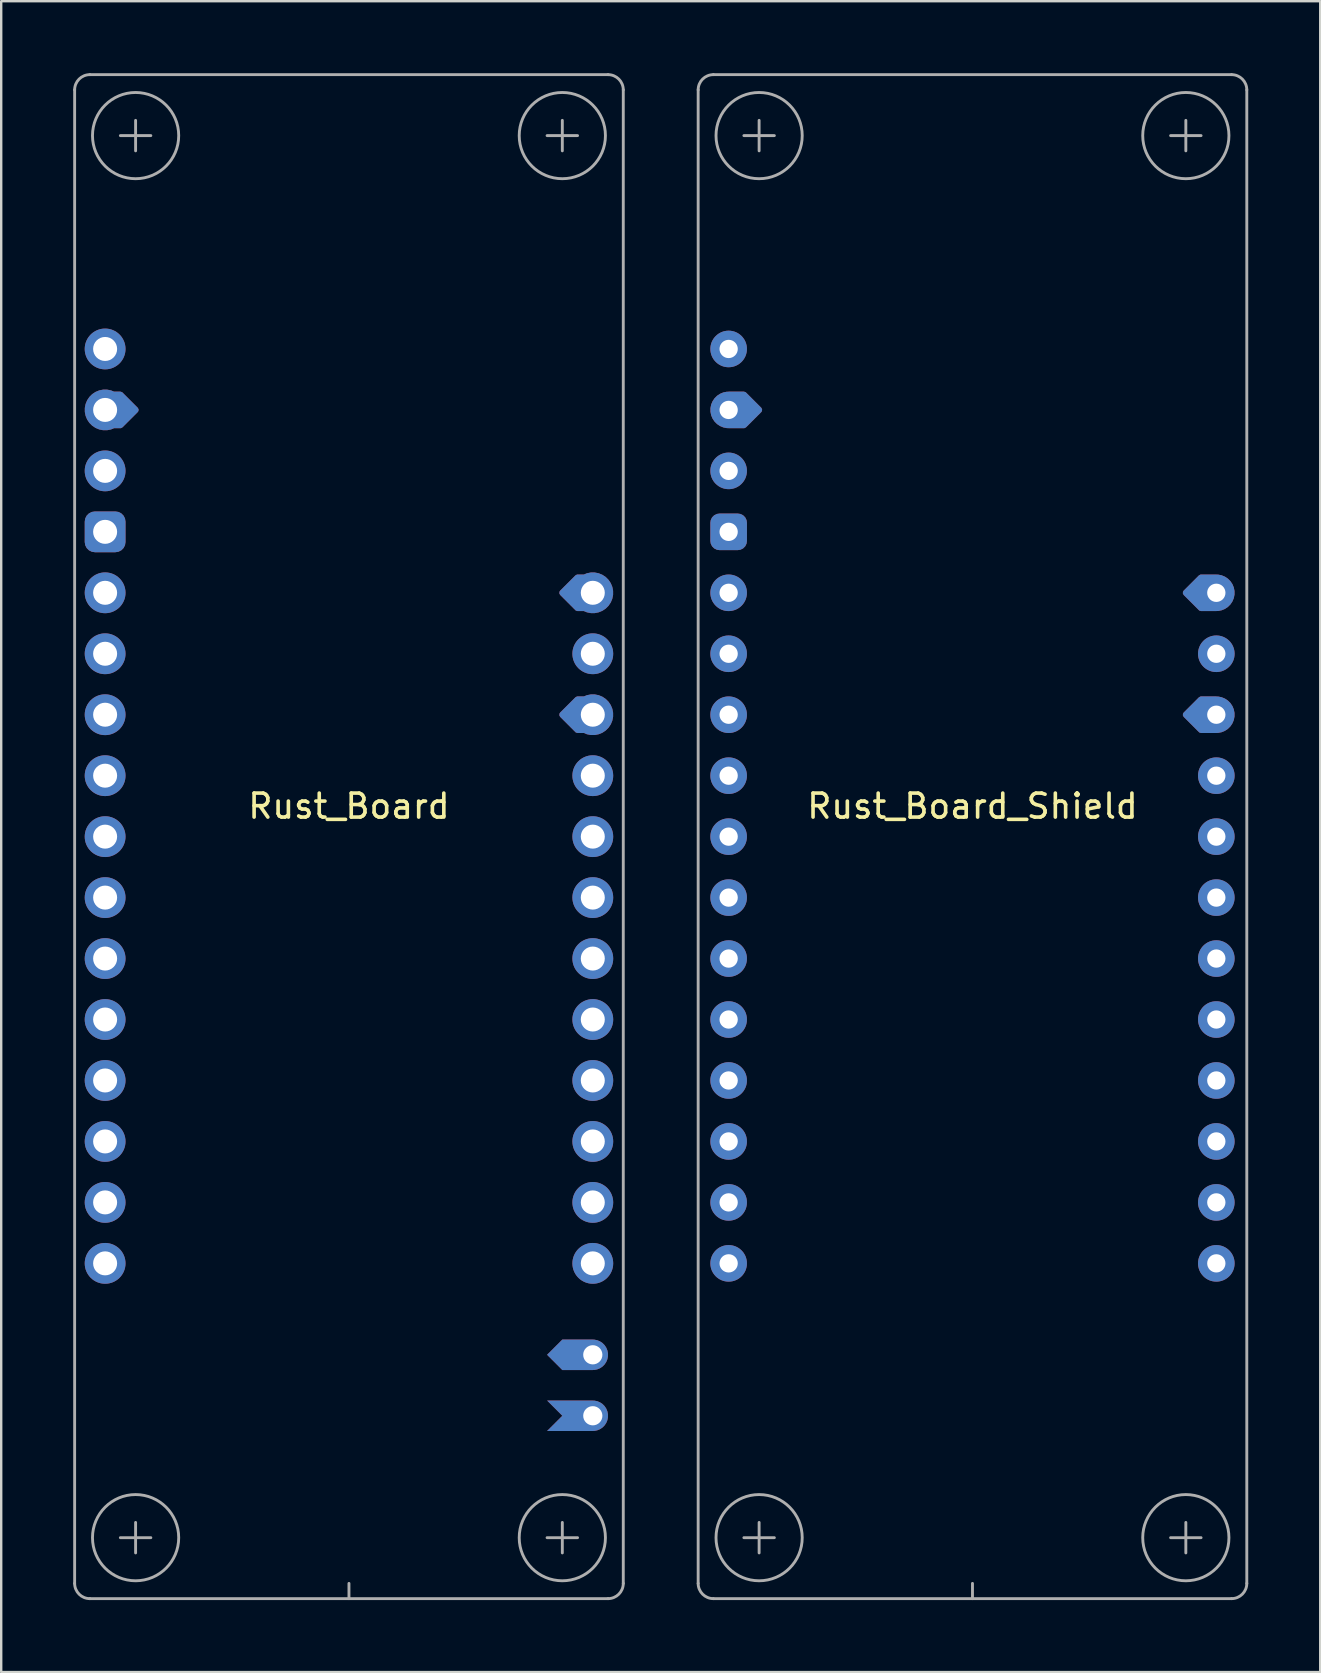
<source format=kicad_pcb>
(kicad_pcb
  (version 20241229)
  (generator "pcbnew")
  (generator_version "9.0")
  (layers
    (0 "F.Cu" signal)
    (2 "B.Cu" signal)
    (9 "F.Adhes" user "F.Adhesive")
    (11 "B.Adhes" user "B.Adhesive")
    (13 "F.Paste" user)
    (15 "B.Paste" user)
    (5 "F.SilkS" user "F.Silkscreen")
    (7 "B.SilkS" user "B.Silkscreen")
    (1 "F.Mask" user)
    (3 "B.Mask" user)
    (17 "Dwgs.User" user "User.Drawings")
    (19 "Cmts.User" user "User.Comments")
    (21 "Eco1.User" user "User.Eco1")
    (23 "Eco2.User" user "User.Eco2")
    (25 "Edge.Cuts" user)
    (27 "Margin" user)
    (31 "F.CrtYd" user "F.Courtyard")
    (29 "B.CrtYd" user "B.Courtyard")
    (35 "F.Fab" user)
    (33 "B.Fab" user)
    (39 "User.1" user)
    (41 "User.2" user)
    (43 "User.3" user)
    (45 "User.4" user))
  (footprint "Rust_Board_Shield"
    (layer "F.Cu")
    (at 37.47 31.175)
    (property "Reference" "Rust_Board_Shield" (at 0 -0.635 0) (layer "F.SilkS") (effects (font (size 1 1) (thickness 0.15))))
    (attr through_hole)
    (fp_line (start -11.43 -30.48) (end -11.43 31.75) (stroke (width 0.12) (type solid)) (layer "F.Fab"))
    (fp_line (start -10.795 32.385) (end 10.795 32.385) (stroke (width 0.12) (type solid)) (layer "F.Fab"))
    (fp_line (start -9.525 -28.575) (end -8.255 -28.575) (stroke (width 0.12) (type solid)) (layer "F.Fab"))
    (fp_line (start -9.525 29.845) (end -8.255 29.845) (stroke (width 0.12) (type solid)) (layer "F.Fab"))
    (fp_line (start -8.89 -29.21) (end -8.89 -27.94) (stroke (width 0.12) (type solid)) (layer "F.Fab"))
    (fp_line (start -8.89 29.21) (end -8.89 30.48) (stroke (width 0.12) (type solid)) (layer "F.Fab"))
    (fp_line (start 0 32.385) (end 0 31.75) (stroke (width 0.12) (type solid)) (layer "F.Fab"))
    (fp_line (start 8.255 -28.575) (end 9.525 -28.575) (stroke (width 0.12) (type solid)) (layer "F.Fab"))
    (fp_line (start 8.255 29.845) (end 9.525 29.845) (stroke (width 0.12) (type solid)) (layer "F.Fab"))
    (fp_line (start 8.89 -29.21) (end 8.89 -27.94) (stroke (width 0.12) (type solid)) (layer "F.Fab"))
    (fp_line (start 8.89 29.21) (end 8.89 30.48) (stroke (width 0.12) (type solid)) (layer "F.Fab"))
    (fp_line (start 10.795 -31.115) (end -10.795 -31.115) (stroke (width 0.12) (type solid)) (layer "F.Fab"))
    (fp_line (start 11.43 31.75) (end 11.43 -30.48) (stroke (width 0.12) (type solid)) (layer "F.Fab"))
    (fp_arc (start -11.43 -30.48) (mid -11.244013 -30.929013) (end -10.795 -31.115) (stroke (width 0.12) (type solid)) (layer "F.Fab"))
    (fp_arc (start -10.795 32.385) (mid -11.244013 32.199013) (end -11.43 31.75) (stroke (width 0.12) (type solid)) (layer "F.Fab"))
    (fp_arc (start 10.795 -31.115) (mid 11.244013 -30.929013) (end 11.43 -30.48) (stroke (width 0.12) (type solid)) (layer "F.Fab"))
    (fp_arc (start 11.43 31.75) (mid 11.244013 32.199013) (end 10.795 32.385) (stroke (width 0.12) (type solid)) (layer "F.Fab"))
    (fp_circle (center -8.89 -28.575) (end -7.62 -29.845) (stroke (width 0.12) (type solid)) (fill no) (layer "F.Fab"))
    (fp_circle (center -8.89 29.845) (end -7.62 31.115) (stroke (width 0.12) (type solid)) (fill no) (layer "F.Fab"))
    (fp_circle (center 8.89 -28.575) (end 10.16 -29.845) (stroke (width 0.12) (type solid)) (fill no) (layer "F.Fab"))
    (fp_circle (center 8.89 29.845) (end 7.62 31.115) (stroke (width 0.12) (type solid)) (fill no) (layer "F.Fab"))
    (pad "1" thru_hole circle (at -10.16 -19.685) (size 1.524 1.524) (drill 0.762) (layers "*.Cu" "*.Mask"))
    (pad "2" thru_hole custom (at -10.16 -17.145) (size 1.524 1.524) (drill 0.762) (layers "*.Cu" "*.Mask") (options (anchor circle)) (primitives (gr_poly (pts (xy 1.27 0) (xy 0.635 0.635) (xy 0 0.635) (xy 0 -0.635) (xy 0.635 -0.635)) (width 0.254) (fill yes))))
    (pad "3" thru_hole circle (at -10.16 -14.605) (size 1.524 1.524) (drill 0.762) (layers "*.Cu" "*.Mask"))
    (pad "4" thru_hole roundrect (at -10.16 -12.065) (size 1.524 1.524) (drill 0.762) (layers "*.Cu" "*.Mask") (roundrect_rratio 0.25))
    (pad "5" thru_hole circle (at -10.16 -9.525) (size 1.524 1.524) (drill 0.762) (layers "*.Cu" "*.Mask"))
    (pad "6" thru_hole circle (at -10.16 -6.985) (size 1.524 1.524) (drill 0.762) (layers "*.Cu" "*.Mask"))
    (pad "7" thru_hole circle (at -10.16 -4.445) (size 1.524 1.524) (drill 0.762) (layers "*.Cu" "*.Mask"))
    (pad "8" thru_hole circle (at -10.16 -1.905) (size 1.524 1.524) (drill 0.762) (layers "*.Cu" "*.Mask"))
    (pad "9" thru_hole circle (at -10.16 0.635) (size 1.524 1.524) (drill 0.762) (layers "*.Cu" "*.Mask"))
    (pad "10" thru_hole circle (at -10.16 3.175) (size 1.524 1.524) (drill 0.762) (layers "*.Cu" "*.Mask"))
    (pad "11" thru_hole circle (at -10.16 5.715) (size 1.524 1.524) (drill 0.762) (layers "*.Cu" "*.Mask"))
    (pad "12" thru_hole circle (at -10.16 8.255) (size 1.524 1.524) (drill 0.762) (layers "*.Cu" "*.Mask"))
    (pad "13" thru_hole circle (at -10.16 10.795) (size 1.524 1.524) (drill 0.762) (layers "*.Cu" "*.Mask"))
    (pad "14" thru_hole circle (at -10.16 13.335) (size 1.524 1.524) (drill 0.762) (layers "*.Cu" "*.Mask"))
    (pad "15" thru_hole circle (at -10.16 15.875) (size 1.524 1.524) (drill 0.762) (layers "*.Cu" "*.Mask"))
    (pad "16" thru_hole circle (at -10.16 18.415) (size 1.524 1.524) (drill 0.762) (layers "*.Cu" "*.Mask"))
    (pad "17" thru_hole circle (at 10.16 18.415) (size 1.524 1.524) (drill 0.762) (layers "*.Cu" "*.Mask"))
    (pad "18" thru_hole circle (at 10.16 15.875) (size 1.524 1.524) (drill 0.762) (layers "*.Cu" "*.Mask"))
    (pad "19" thru_hole circle (at 10.16 13.335) (size 1.524 1.524) (drill 0.762) (layers "*.Cu" "*.Mask"))
    (pad "20" thru_hole circle (at 10.16 10.795) (size 1.524 1.524) (drill 0.762) (layers "*.Cu" "*.Mask"))
    (pad "21" thru_hole circle (at 10.16 8.255) (size 1.524 1.524) (drill 0.762) (layers "*.Cu" "*.Mask"))
    (pad "22" thru_hole circle (at 10.16 5.715) (size 1.524 1.524) (drill 0.762) (layers "*.Cu" "*.Mask"))
    (pad "23" thru_hole circle (at 10.16 3.175) (size 1.524 1.524) (drill 0.762) (layers "*.Cu" "*.Mask"))
    (pad "24" thru_hole circle (at 10.16 0.635) (size 1.524 1.524) (drill 0.762) (layers "*.Cu" "*.Mask"))
    (pad "25" thru_hole circle (at 10.16 -1.905) (size 1.524 1.524) (drill 0.762) (layers "*.Cu" "*.Mask"))
    (pad "26" thru_hole custom (at 10.16 -4.445) (size 1.524 1.524) (drill 0.762) (layers "*.Cu" "*.Mask") (options (anchor circle)) (primitives (gr_poly (pts (xy -1.27 0) (xy -0.635 -0.635) (xy 0 -0.635) (xy 0 0.635) (xy -0.635 0.635)) (width 0.254) (fill yes))))
    (pad "27" thru_hole circle (at 10.16 -6.985) (size 1.524 1.524) (drill 0.762) (layers "*.Cu" "*.Mask"))
    (pad "28" thru_hole custom (at 10.16 -9.525) (size 1.524 1.524) (drill 0.762) (layers "*.Cu" "*.Mask") (options (anchor circle)) (primitives (gr_poly (pts (xy -1.27 0) (xy -0.635 -0.635) (xy 0 -0.635) (xy 0 0.635) (xy -0.635 0.635)) (width 0.254) (fill yes)))))
  (footprint "Rust_Board"
    (layer "F.Cu")
    (at 11.49 31.175)
    (property "Reference" "Rust_Board" (at 0 -0.635 0) (layer "F.SilkS") (effects (font (size 1 1) (thickness 0.15))))
    (attr through_hole)
    (fp_line (start -11.43 -30.48) (end -11.43 31.75) (stroke (width 0.12) (type solid)) (layer "F.Fab"))
    (fp_line (start -10.795 32.385) (end 10.795 32.385) (stroke (width 0.12) (type solid)) (layer "F.Fab"))
    (fp_line (start -9.525 -28.575) (end -8.255 -28.575) (stroke (width 0.12) (type solid)) (layer "F.Fab"))
    (fp_line (start -9.525 29.845) (end -8.255 29.845) (stroke (width 0.12) (type solid)) (layer "F.Fab"))
    (fp_line (start -8.89 -29.21) (end -8.89 -27.94) (stroke (width 0.12) (type solid)) (layer "F.Fab"))
    (fp_line (start -8.89 29.21) (end -8.89 30.48) (stroke (width 0.12) (type solid)) (layer "F.Fab"))
    (fp_line (start 0 32.385) (end 0 31.75) (stroke (width 0.12) (type solid)) (layer "F.Fab"))
    (fp_line (start 8.255 -28.575) (end 9.525 -28.575) (stroke (width 0.12) (type solid)) (layer "F.Fab"))
    (fp_line (start 8.255 29.845) (end 9.525 29.845) (stroke (width 0.12) (type solid)) (layer "F.Fab"))
    (fp_line (start 8.89 -29.21) (end 8.89 -27.94) (stroke (width 0.12) (type solid)) (layer "F.Fab"))
    (fp_line (start 8.89 29.21) (end 8.89 30.48) (stroke (width 0.12) (type solid)) (layer "F.Fab"))
    (fp_line (start 10.795 -31.115) (end -10.795 -31.115) (stroke (width 0.12) (type solid)) (layer "F.Fab"))
    (fp_line (start 11.43 31.75) (end 11.43 -30.48) (stroke (width 0.12) (type solid)) (layer "F.Fab"))
    (fp_arc (start -11.43 -30.48) (mid -11.244013 -30.929013) (end -10.795 -31.115) (stroke (width 0.12) (type solid)) (layer "F.Fab"))
    (fp_arc (start -10.795 32.385) (mid -11.244013 32.199013) (end -11.43 31.75) (stroke (width 0.12) (type solid)) (layer "F.Fab"))
    (fp_arc (start 10.795 -31.115) (mid 11.244013 -30.929013) (end 11.43 -30.48) (stroke (width 0.12) (type solid)) (layer "F.Fab"))
    (fp_arc (start 11.43 31.75) (mid 11.244013 32.199013) (end 10.795 32.385) (stroke (width 0.12) (type solid)) (layer "F.Fab"))
    (fp_circle (center -8.89 -28.575) (end -7.62 -29.845) (stroke (width 0.12) (type solid)) (fill no) (layer "F.Fab"))
    (fp_circle (center -8.89 29.845) (end -7.62 31.115) (stroke (width 0.12) (type solid)) (fill no) (layer "F.Fab"))
    (fp_circle (center 8.89 -28.575) (end 10.16 -29.845) (stroke (width 0.12) (type solid)) (fill no) (layer "F.Fab"))
    (fp_circle (center 8.89 29.845) (end 7.62 31.115) (stroke (width 0.12) (type solid)) (fill no) (layer "F.Fab"))
    (pad "1" thru_hole circle (at -10.16 -19.685) (size 1.7 1.7) (drill 1) (layers "*.Cu" "*.Mask"))
    (pad "2" thru_hole custom (at -10.16 -17.145) (size 1.7 1.7) (drill 1) (layers "*.Cu" "*.Mask") (options (anchor circle)) (primitives (gr_poly (pts (xy 1.27 0) (xy 0.635 0.635) (xy 0 0.635) (xy 0 -0.635) (xy 0.635 -0.635)) (width 0.254) (fill yes))))
    (pad "3" thru_hole circle (at -10.16 -14.605) (size 1.7 1.7) (drill 1) (layers "*.Cu" "*.Mask"))
    (pad "4" thru_hole roundrect (at -10.16 -12.065) (size 1.7 1.7) (drill 1) (layers "*.Cu" "*.Mask") (roundrect_rratio 0.25))
    (pad "5" thru_hole circle (at -10.16 -9.525) (size 1.7 1.7) (drill 1) (layers "*.Cu" "*.Mask"))
    (pad "6" thru_hole circle (at -10.16 -6.985) (size 1.7 1.7) (drill 1) (layers "*.Cu" "*.Mask"))
    (pad "7" thru_hole circle (at -10.16 -4.445) (size 1.7 1.7) (drill 1) (layers "*.Cu" "*.Mask"))
    (pad "8" thru_hole circle (at -10.16 -1.905) (size 1.7 1.7) (drill 1) (layers "*.Cu" "*.Mask"))
    (pad "9" thru_hole circle (at -10.16 0.635) (size 1.7 1.7) (drill 1) (layers "*.Cu" "*.Mask"))
    (pad "10" thru_hole circle (at -10.16 3.175) (size 1.7 1.7) (drill 1) (layers "*.Cu" "*.Mask"))
    (pad "11" thru_hole circle (at -10.16 5.715) (size 1.7 1.7) (drill 1) (layers "*.Cu" "*.Mask"))
    (pad "12" thru_hole circle (at -10.16 8.255) (size 1.7 1.7) (drill 1) (layers "*.Cu" "*.Mask"))
    (pad "13" thru_hole circle (at -10.16 10.795) (size 1.7 1.7) (drill 1) (layers "*.Cu" "*.Mask"))
    (pad "14" thru_hole circle (at -10.16 13.335) (size 1.7 1.7) (drill 1) (layers "*.Cu" "*.Mask"))
    (pad "15" thru_hole circle (at -10.16 15.875) (size 1.7 1.7) (drill 1) (layers "*.Cu" "*.Mask"))
    (pad "16" thru_hole circle (at -10.16 18.415) (size 1.7 1.7) (drill 1) (layers "*.Cu" "*.Mask"))
    (pad "17" thru_hole circle (at 10.16 18.415) (size 1.7 1.7) (drill 1) (layers "*.Cu" "*.Mask"))
    (pad "18" thru_hole circle (at 10.16 15.875) (size 1.7 1.7) (drill 1) (layers "*.Cu" "*.Mask"))
    (pad "19" thru_hole circle (at 10.16 13.335) (size 1.7 1.7) (drill 1) (layers "*.Cu" "*.Mask"))
    (pad "20" thru_hole circle (at 10.16 10.795) (size 1.7 1.7) (drill 1) (layers "*.Cu" "*.Mask"))
    (pad "21" thru_hole circle (at 10.16 8.255) (size 1.7 1.7) (drill 1) (layers "*.Cu" "*.Mask"))
    (pad "22" thru_hole circle (at 10.16 5.715) (size 1.7 1.7) (drill 1) (layers "*.Cu" "*.Mask"))
    (pad "23" thru_hole circle (at 10.16 3.175) (size 1.7 1.7) (drill 1) (layers "*.Cu" "*.Mask"))
    (pad "24" thru_hole circle (at 10.16 0.635) (size 1.7 1.7) (drill 1) (layers "*.Cu" "*.Mask"))
    (pad "25" thru_hole circle (at 10.16 -1.905) (size 1.7 1.7) (drill 1) (layers "*.Cu" "*.Mask"))
    (pad "26" thru_hole custom (at 10.16 -4.445) (size 1.7 1.7) (drill 1) (layers "*.Cu" "*.Mask") (options (anchor circle)) (primitives (gr_poly (pts (xy -1.27 0) (xy -0.635 -0.635) (xy 0 -0.635) (xy 0 0.635) (xy -0.635 0.635)) (width 0.254) (fill yes))))
    (pad "27" thru_hole circle (at 10.16 -6.985) (size 1.7 1.7) (drill 1) (layers "*.Cu" "*.Mask"))
    (pad "28" thru_hole custom (at 10.16 -9.525) (size 1.7 1.7) (drill 1) (layers "*.Cu" "*.Mask") (options (anchor circle)) (primitives (gr_poly (pts (xy -1.27 0) (xy -0.635 -0.635) (xy 0 -0.635) (xy 0 0.635) (xy -0.635 0.635)) (width 0.254) (fill yes))))
    (pad "29" thru_hole custom (at 10.16 24.765 90) (size 1.27 1.27) (drill 0.8) (layers "*.Cu" "*.Mask") (options (anchor circle)) (primitives (gr_poly (pts (xy 0.635 0) (xy -0.635 0) (xy -0.635 -1.905) (xy 0 -1.27) (xy 0.635 -1.905)) (width 0) (fill yes))))
    (pad "30" thru_hole custom (at 10.16 22.225 90) (size 1.27 1.27) (drill 0.8) (layers "*.Cu" "*.Mask") (options (anchor circle)) (primitives (gr_poly (pts (xy 0.635 -1.27) (xy 0.635 0) (xy -0.635 0) (xy -0.635 -1.27) (xy 0 -1.905)) (width 0) (fill yes)))))
  (gr_rect
    (start -3 -3)
    (end 51.96 66.62)
    (stroke (width 0.1) (type default))
    (fill no)
    (layer "Edge.Cuts")))
</source>
